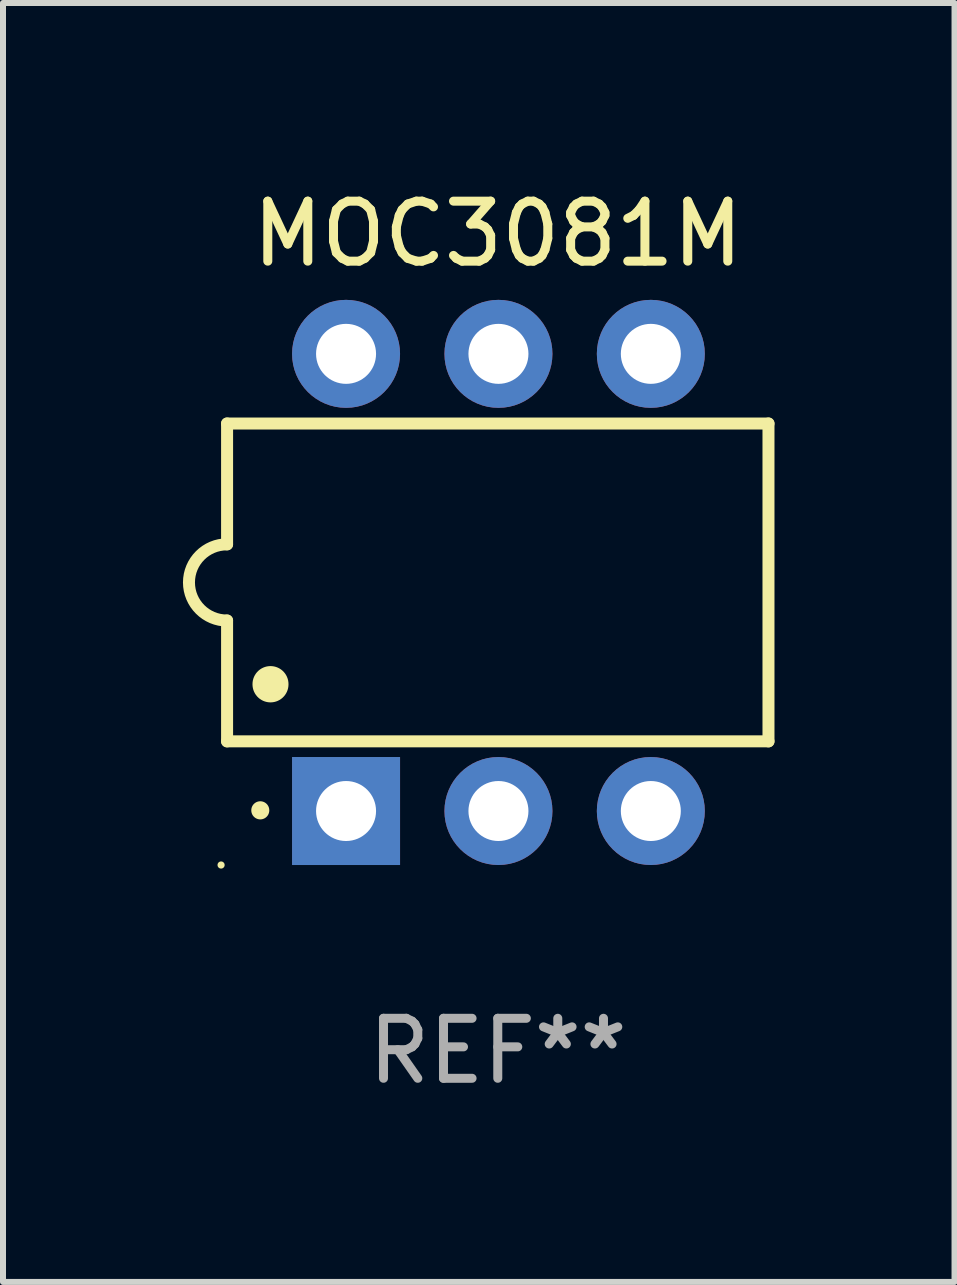
<source format=kicad_pcb>
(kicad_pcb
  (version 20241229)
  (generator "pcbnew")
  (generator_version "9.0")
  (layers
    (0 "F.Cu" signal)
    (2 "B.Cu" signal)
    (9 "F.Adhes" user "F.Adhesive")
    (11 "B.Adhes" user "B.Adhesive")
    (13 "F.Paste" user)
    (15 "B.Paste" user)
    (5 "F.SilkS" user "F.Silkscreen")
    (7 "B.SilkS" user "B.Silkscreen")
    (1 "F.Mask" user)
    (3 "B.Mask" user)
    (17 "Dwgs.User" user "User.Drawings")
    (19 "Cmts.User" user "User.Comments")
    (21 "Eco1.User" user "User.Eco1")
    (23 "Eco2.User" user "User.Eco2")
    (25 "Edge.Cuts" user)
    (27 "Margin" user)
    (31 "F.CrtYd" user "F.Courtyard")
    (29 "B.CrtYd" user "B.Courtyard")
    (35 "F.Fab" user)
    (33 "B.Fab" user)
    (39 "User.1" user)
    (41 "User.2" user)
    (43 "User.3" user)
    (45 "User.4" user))
  (footprint "MOC3081M"
    (layer "F.Cu")
    (at 5.247 6.658)
    (property "Reference" "MOC3081M" (at 0 -5.81 0) (layer "F.SilkS") (effects (font (size 1 1) (thickness 0.15))))
    (attr through_hole)
    (fp_line (start -4.512 -2.649) (end 4.512 -2.649) (stroke (width 0.2) (type solid)) (layer "F.SilkS"))
    (fp_line (start -4.512 -0.635) (end -4.512 -2.649) (stroke (width 0.2) (type solid)) (layer "F.SilkS"))
    (fp_line (start -4.512 2.649) (end -4.512 0.635) (stroke (width 0.2) (type solid)) (layer "F.SilkS"))
    (fp_line (start 4.512 -2.649) (end 4.512 2.649) (stroke (width 0.2) (type solid)) (layer "F.SilkS"))
    (fp_line (start 4.512 2.649) (end -4.512 2.649) (stroke (width 0.2) (type solid)) (layer "F.SilkS"))
    (fp_arc (start -4.512319 0.635001) (mid -5.14732 0) (end -4.512319 -0.635001) (stroke (width 0.2) (type solid)) (layer "F.SilkS"))
    (fp_arc (start -3.958598 3.799848) (mid -3.958603 3.798578) (end -3.958598 3.797308) (stroke (width 0.3) (type solid)) (layer "F.SilkS"))
    (fp_arc (start -3.788418 1.699263) (mid -3.788429 1.696723) (end -3.788418 1.694183) (stroke (width 0.6) (type solid)) (layer "F.SilkS"))
    (fp_circle (center -4.612 4.71) (end -4.582 4.71) (stroke (width 0.06) (type solid)) (fill no) (layer "F.SilkS"))
    (fp_text user "REF**" (at 0 7.81 0) (layer "F.Fab") (effects (font (size 1 1) (thickness 0.15))))
    (pad "1" thru_hole rect (at -2.529 3.81 90) (size 1.8 1.8) (drill 1) (layers "*.Cu" "*.Mask"))
    (pad "2" thru_hole circle (at 0.011 3.81) (size 1.8 1.8) (drill 1) (layers "*.Cu" "*.Mask"))
    (pad "3" thru_hole circle (at 2.551 3.81) (size 1.8 1.8) (drill 1) (layers "*.Cu" "*.Mask"))
    (pad "4" thru_hole circle (at 2.551 -3.81) (size 1.8 1.8) (drill 1) (layers "*.Cu" "*.Mask"))
    (pad "5" thru_hole circle (at 0.011 -3.81) (size 1.8 1.8) (drill 1) (layers "*.Cu" "*.Mask"))
    (pad "6" thru_hole circle (at -2.529 -3.81) (size 1.8 1.8) (drill 1) (layers "*.Cu" "*.Mask")))
  (gr_rect
    (start -3 -3)
    (end 12.86 18.317)
    (stroke (width 0.1) (type default))
    (fill no)
    (layer "Edge.Cuts")))
</source>
